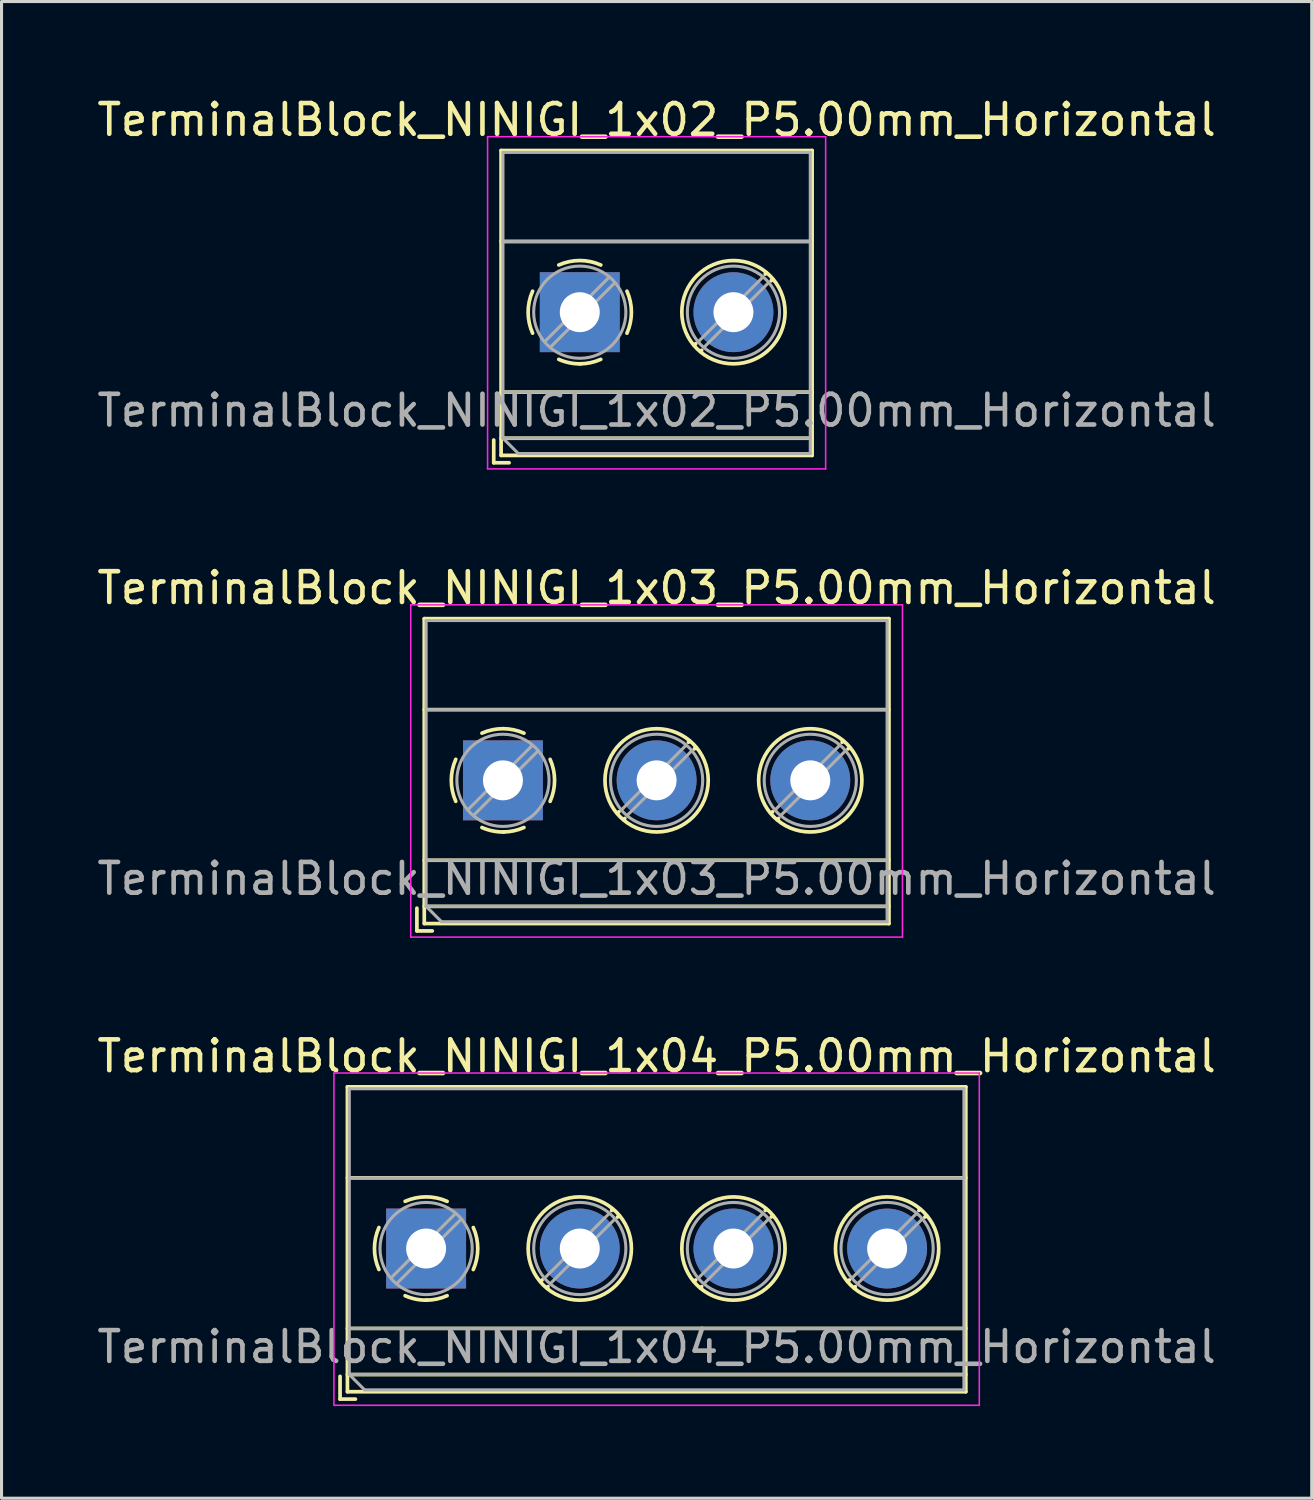
<source format=kicad_pcb>
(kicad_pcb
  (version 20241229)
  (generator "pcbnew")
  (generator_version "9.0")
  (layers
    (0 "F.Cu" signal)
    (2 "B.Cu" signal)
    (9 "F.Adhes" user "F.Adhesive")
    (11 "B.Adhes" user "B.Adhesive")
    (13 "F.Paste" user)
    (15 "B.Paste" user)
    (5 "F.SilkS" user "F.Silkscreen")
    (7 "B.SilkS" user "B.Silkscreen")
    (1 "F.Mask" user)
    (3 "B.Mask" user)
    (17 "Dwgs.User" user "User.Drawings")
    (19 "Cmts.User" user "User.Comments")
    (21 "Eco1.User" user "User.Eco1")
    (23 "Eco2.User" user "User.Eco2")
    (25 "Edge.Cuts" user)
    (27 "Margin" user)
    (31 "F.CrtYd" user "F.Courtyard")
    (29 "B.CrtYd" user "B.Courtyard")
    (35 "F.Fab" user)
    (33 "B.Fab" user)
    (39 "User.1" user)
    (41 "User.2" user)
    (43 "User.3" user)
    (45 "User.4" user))
  (footprint "TerminalBlock_NINIGI_1x03_P5.00mm_Horizontal"
    (layer "F.Cu")
    (at 13.315 22.341)
    (property "Reference" "TerminalBlock_NINIGI_1x03_P5.00mm_Horizontal" (at 5 -6.26 0) (layer "F.SilkS") (effects (font (size 1 1) (thickness 0.15))))
    (attr through_hole)
    (fp_line (start -2.8 4.16) (end -2.8 4.9) (stroke (width 0.12) (type solid)) (layer "F.SilkS"))
    (fp_line (start -2.8 4.9) (end -2.3 4.9) (stroke (width 0.12) (type solid)) (layer "F.SilkS"))
    (fp_line (start -2.56 -5.261) (end -2.56 4.66) (stroke (width 0.12) (type solid)) (layer "F.SilkS"))
    (fp_line (start -2.56 -5.261) (end 12.56 -5.261) (stroke (width 0.12) (type solid)) (layer "F.SilkS"))
    (fp_line (start -2.56 -2.301) (end 12.56 -2.301) (stroke (width 0.12) (type solid)) (layer "F.SilkS"))
    (fp_line (start -2.56 2.6) (end 12.56 2.6) (stroke (width 0.12) (type solid)) (layer "F.SilkS"))
    (fp_line (start -2.56 4.1) (end 12.56 4.1) (stroke (width 0.12) (type solid)) (layer "F.SilkS"))
    (fp_line (start -2.56 4.66) (end 12.56 4.66) (stroke (width 0.12) (type solid)) (layer "F.SilkS"))
    (fp_line (start 3.773 1.023) (end 3.726 1.069) (stroke (width 0.12) (type solid)) (layer "F.SilkS"))
    (fp_line (start 3.966 1.239) (end 3.931 1.274) (stroke (width 0.12) (type solid)) (layer "F.SilkS"))
    (fp_line (start 6.07 -1.275) (end 6.035 -1.239) (stroke (width 0.12) (type solid)) (layer "F.SilkS"))
    (fp_line (start 6.275 -1.069) (end 6.228 -1.023) (stroke (width 0.12) (type solid)) (layer "F.SilkS"))
    (fp_line (start 8.773 1.023) (end 8.726 1.069) (stroke (width 0.12) (type solid)) (layer "F.SilkS"))
    (fp_line (start 8.966 1.239) (end 8.931 1.274) (stroke (width 0.12) (type solid)) (layer "F.SilkS"))
    (fp_line (start 11.07 -1.275) (end 11.035 -1.239) (stroke (width 0.12) (type solid)) (layer "F.SilkS"))
    (fp_line (start 11.275 -1.069) (end 11.228 -1.023) (stroke (width 0.12) (type solid)) (layer "F.SilkS"))
    (fp_line (start 12.56 -5.261) (end 12.56 4.66) (stroke (width 0.12) (type solid)) (layer "F.SilkS"))
    (fp_arc (start -1.535427 0.683042) (mid -1.680501 -0.000524) (end -1.535 -0.684) (stroke (width 0.12) (type solid)) (layer "F.SilkS"))
    (fp_arc (start -0.683042 -1.535427) (mid 0.000524 -1.680501) (end 0.684 -1.535) (stroke (width 0.12) (type solid)) (layer "F.SilkS"))
    (fp_arc (start 0.028805 1.680253) (mid -0.335551 1.646659) (end -0.684 1.535) (stroke (width 0.12) (type solid)) (layer "F.SilkS"))
    (fp_arc (start 0.683318 1.534756) (mid 0.349292 1.643288) (end 0 1.68) (stroke (width 0.12) (type solid)) (layer "F.SilkS"))
    (fp_arc (start 1.535427 -0.683042) (mid 1.680501 0.000524) (end 1.535 0.684) (stroke (width 0.12) (type solid)) (layer "F.SilkS"))
    (fp_circle (center 5 0) (end 6.68 0) (stroke (width 0.12) (type solid)) (fill no) (layer "F.SilkS"))
    (fp_circle (center 10 0) (end 11.68 0) (stroke (width 0.12) (type solid)) (fill no) (layer "F.SilkS"))
    (fp_line (start -3 -5.71) (end -3 5.1) (stroke (width 0.05) (type solid)) (layer "F.CrtYd"))
    (fp_line (start -3 5.1) (end 13 5.1) (stroke (width 0.05) (type solid)) (layer "F.CrtYd"))
    (fp_line (start 13 -5.71) (end -3 -5.71) (stroke (width 0.05) (type solid)) (layer "F.CrtYd"))
    (fp_line (start 13 5.1) (end 13 -5.71) (stroke (width 0.05) (type solid)) (layer "F.CrtYd"))
    (fp_line (start -2.5 -5.2) (end 12.5 -5.2) (stroke (width 0.1) (type solid)) (layer "F.Fab"))
    (fp_line (start -2.5 -2.3) (end 12.5 -2.3) (stroke (width 0.1) (type solid)) (layer "F.Fab"))
    (fp_line (start -2.5 2.6) (end 12.5 2.6) (stroke (width 0.1) (type solid)) (layer "F.Fab"))
    (fp_line (start -2.5 4.1) (end -2.5 -5.2) (stroke (width 0.1) (type solid)) (layer "F.Fab"))
    (fp_line (start -2.5 4.1) (end 12.5 4.1) (stroke (width 0.1) (type solid)) (layer "F.Fab"))
    (fp_line (start -2 4.6) (end -2.5 4.1) (stroke (width 0.1) (type solid)) (layer "F.Fab"))
    (fp_line (start 0.955 -1.138) (end -1.138 0.955) (stroke (width 0.1) (type solid)) (layer "F.Fab"))
    (fp_line (start 1.138 -0.955) (end -0.955 1.138) (stroke (width 0.1) (type solid)) (layer "F.Fab"))
    (fp_line (start 5.955 -1.138) (end 3.863 0.955) (stroke (width 0.1) (type solid)) (layer "F.Fab"))
    (fp_line (start 6.138 -0.955) (end 4.046 1.138) (stroke (width 0.1) (type solid)) (layer "F.Fab"))
    (fp_line (start 10.955 -1.138) (end 8.863 0.955) (stroke (width 0.1) (type solid)) (layer "F.Fab"))
    (fp_line (start 11.138 -0.955) (end 9.046 1.138) (stroke (width 0.1) (type solid)) (layer "F.Fab"))
    (fp_line (start 12.5 -5.2) (end 12.5 4.6) (stroke (width 0.1) (type solid)) (layer "F.Fab"))
    (fp_line (start 12.5 4.6) (end -2 4.6) (stroke (width 0.1) (type solid)) (layer "F.Fab"))
    (fp_circle (center 0 0) (end 1.5 0) (stroke (width 0.1) (type solid)) (fill no) (layer "F.Fab"))
    (fp_circle (center 5 0) (end 6.5 0) (stroke (width 0.1) (type solid)) (fill no) (layer "F.Fab"))
    (fp_circle (center 10 0) (end 11.5 0) (stroke (width 0.1) (type solid)) (fill no) (layer "F.Fab"))
    (fp_text user "${REFERENCE}" (at 5 3.2 0) (layer "F.Fab") (effects (font (size 1 1) (thickness 0.15))))
    (pad "1" thru_hole rect (at 0 0) (size 2.6 2.6) (drill 1.3) (layers "*.Cu" "*.Mask"))
    (pad "2" thru_hole circle (at 5 0) (size 2.6 2.6) (drill 1.3) (layers "*.Cu" "*.Mask"))
    (pad "3" thru_hole circle (at 10 0) (size 2.6 2.6) (drill 1.3) (layers "*.Cu" "*.Mask")))
  (footprint "TerminalBlock_NINIGI_1x02_P5.00mm_Horizontal"
    (layer "F.Cu")
    (at 15.815 7.108)
    (property "Reference" "TerminalBlock_NINIGI_1x02_P5.00mm_Horizontal" (at 2.5 -6.26 0) (layer "F.SilkS") (effects (font (size 1 1) (thickness 0.15))))
    (attr through_hole)
    (fp_line (start -2.8 4.16) (end -2.8 4.9) (stroke (width 0.12) (type solid)) (layer "F.SilkS"))
    (fp_line (start -2.8 4.9) (end -2.3 4.9) (stroke (width 0.12) (type solid)) (layer "F.SilkS"))
    (fp_line (start -2.56 -5.261) (end -2.56 4.66) (stroke (width 0.12) (type solid)) (layer "F.SilkS"))
    (fp_line (start -2.56 -5.261) (end 7.56 -5.261) (stroke (width 0.12) (type solid)) (layer "F.SilkS"))
    (fp_line (start -2.56 -2.301) (end 7.56 -2.301) (stroke (width 0.12) (type solid)) (layer "F.SilkS"))
    (fp_line (start -2.56 2.6) (end 7.56 2.6) (stroke (width 0.12) (type solid)) (layer "F.SilkS"))
    (fp_line (start -2.56 4.1) (end 7.56 4.1) (stroke (width 0.12) (type solid)) (layer "F.SilkS"))
    (fp_line (start -2.56 4.66) (end 7.56 4.66) (stroke (width 0.12) (type solid)) (layer "F.SilkS"))
    (fp_line (start 3.773 1.023) (end 3.726 1.069) (stroke (width 0.12) (type solid)) (layer "F.SilkS"))
    (fp_line (start 3.966 1.239) (end 3.931 1.274) (stroke (width 0.12) (type solid)) (layer "F.SilkS"))
    (fp_line (start 6.07 -1.275) (end 6.035 -1.239) (stroke (width 0.12) (type solid)) (layer "F.SilkS"))
    (fp_line (start 6.275 -1.069) (end 6.228 -1.023) (stroke (width 0.12) (type solid)) (layer "F.SilkS"))
    (fp_line (start 7.56 -5.261) (end 7.56 4.66) (stroke (width 0.12) (type solid)) (layer "F.SilkS"))
    (fp_arc (start -1.535427 0.683042) (mid -1.680501 -0.000524) (end -1.535 -0.684) (stroke (width 0.12) (type solid)) (layer "F.SilkS"))
    (fp_arc (start -0.683042 -1.535427) (mid 0.000524 -1.680501) (end 0.684 -1.535) (stroke (width 0.12) (type solid)) (layer "F.SilkS"))
    (fp_arc (start 0.028805 1.680253) (mid -0.335551 1.646659) (end -0.684 1.535) (stroke (width 0.12) (type solid)) (layer "F.SilkS"))
    (fp_arc (start 0.683318 1.534756) (mid 0.349292 1.643288) (end 0 1.68) (stroke (width 0.12) (type solid)) (layer "F.SilkS"))
    (fp_arc (start 1.535427 -0.683042) (mid 1.680501 0.000524) (end 1.535 0.684) (stroke (width 0.12) (type solid)) (layer "F.SilkS"))
    (fp_circle (center 5 0) (end 6.68 0) (stroke (width 0.12) (type solid)) (fill no) (layer "F.SilkS"))
    (fp_line (start -3 -5.71) (end -3 5.1) (stroke (width 0.05) (type solid)) (layer "F.CrtYd"))
    (fp_line (start -3 5.1) (end 8 5.1) (stroke (width 0.05) (type solid)) (layer "F.CrtYd"))
    (fp_line (start 8 -5.71) (end -3 -5.71) (stroke (width 0.05) (type solid)) (layer "F.CrtYd"))
    (fp_line (start 8 5.1) (end 8 -5.71) (stroke (width 0.05) (type solid)) (layer "F.CrtYd"))
    (fp_line (start -2.5 -5.2) (end 7.5 -5.2) (stroke (width 0.1) (type solid)) (layer "F.Fab"))
    (fp_line (start -2.5 -2.3) (end 7.5 -2.3) (stroke (width 0.1) (type solid)) (layer "F.Fab"))
    (fp_line (start -2.5 2.6) (end 7.5 2.6) (stroke (width 0.1) (type solid)) (layer "F.Fab"))
    (fp_line (start -2.5 4.1) (end -2.5 -5.2) (stroke (width 0.1) (type solid)) (layer "F.Fab"))
    (fp_line (start -2.5 4.1) (end 7.5 4.1) (stroke (width 0.1) (type solid)) (layer "F.Fab"))
    (fp_line (start -2 4.6) (end -2.5 4.1) (stroke (width 0.1) (type solid)) (layer "F.Fab"))
    (fp_line (start 0.955 -1.138) (end -1.138 0.955) (stroke (width 0.1) (type solid)) (layer "F.Fab"))
    (fp_line (start 1.138 -0.955) (end -0.955 1.138) (stroke (width 0.1) (type solid)) (layer "F.Fab"))
    (fp_line (start 5.955 -1.138) (end 3.863 0.955) (stroke (width 0.1) (type solid)) (layer "F.Fab"))
    (fp_line (start 6.138 -0.955) (end 4.046 1.138) (stroke (width 0.1) (type solid)) (layer "F.Fab"))
    (fp_line (start 7.5 -5.2) (end 7.5 4.6) (stroke (width 0.1) (type solid)) (layer "F.Fab"))
    (fp_line (start 7.5 4.6) (end -2 4.6) (stroke (width 0.1) (type solid)) (layer "F.Fab"))
    (fp_circle (center 0 0) (end 1.5 0) (stroke (width 0.1) (type solid)) (fill no) (layer "F.Fab"))
    (fp_circle (center 5 0) (end 6.5 0) (stroke (width 0.1) (type solid)) (fill no) (layer "F.Fab"))
    (fp_text user "${REFERENCE}" (at 2.5 3.2 0) (layer "F.Fab") (effects (font (size 1 1) (thickness 0.15))))
    (pad "1" thru_hole rect (at 0 0) (size 2.6 2.6) (drill 1.3) (layers "*.Cu" "*.Mask"))
    (pad "2" thru_hole circle (at 5 0) (size 2.6 2.6) (drill 1.3) (layers "*.Cu" "*.Mask")))
  (footprint "TerminalBlock_NINIGI_1x04_P5.00mm_Horizontal"
    (layer "F.Cu")
    (at 10.815 37.575)
    (property "Reference" "TerminalBlock_NINIGI_1x04_P5.00mm_Horizontal" (at 7.5 -6.26 0) (layer "F.SilkS") (effects (font (size 1 1) (thickness 0.15))))
    (attr through_hole)
    (fp_line (start -2.8 4.16) (end -2.8 4.9) (stroke (width 0.12) (type solid)) (layer "F.SilkS"))
    (fp_line (start -2.8 4.9) (end -2.3 4.9) (stroke (width 0.12) (type solid)) (layer "F.SilkS"))
    (fp_line (start -2.56 -5.261) (end -2.56 4.66) (stroke (width 0.12) (type solid)) (layer "F.SilkS"))
    (fp_line (start -2.56 -5.261) (end 17.561 -5.261) (stroke (width 0.12) (type solid)) (layer "F.SilkS"))
    (fp_line (start -2.56 -2.301) (end 17.561 -2.301) (stroke (width 0.12) (type solid)) (layer "F.SilkS"))
    (fp_line (start -2.56 2.6) (end 17.561 2.6) (stroke (width 0.12) (type solid)) (layer "F.SilkS"))
    (fp_line (start -2.56 4.1) (end 17.561 4.1) (stroke (width 0.12) (type solid)) (layer "F.SilkS"))
    (fp_line (start -2.56 4.66) (end 17.561 4.66) (stroke (width 0.12) (type solid)) (layer "F.SilkS"))
    (fp_line (start 3.773 1.023) (end 3.726 1.069) (stroke (width 0.12) (type solid)) (layer "F.SilkS"))
    (fp_line (start 3.966 1.239) (end 3.931 1.274) (stroke (width 0.12) (type solid)) (layer "F.SilkS"))
    (fp_line (start 6.07 -1.275) (end 6.035 -1.239) (stroke (width 0.12) (type solid)) (layer "F.SilkS"))
    (fp_line (start 6.275 -1.069) (end 6.228 -1.023) (stroke (width 0.12) (type solid)) (layer "F.SilkS"))
    (fp_line (start 8.773 1.023) (end 8.726 1.069) (stroke (width 0.12) (type solid)) (layer "F.SilkS"))
    (fp_line (start 8.966 1.239) (end 8.931 1.274) (stroke (width 0.12) (type solid)) (layer "F.SilkS"))
    (fp_line (start 11.07 -1.275) (end 11.035 -1.239) (stroke (width 0.12) (type solid)) (layer "F.SilkS"))
    (fp_line (start 11.275 -1.069) (end 11.228 -1.023) (stroke (width 0.12) (type solid)) (layer "F.SilkS"))
    (fp_line (start 13.773 1.023) (end 13.726 1.069) (stroke (width 0.12) (type solid)) (layer "F.SilkS"))
    (fp_line (start 13.966 1.239) (end 13.931 1.274) (stroke (width 0.12) (type solid)) (layer "F.SilkS"))
    (fp_line (start 16.07 -1.275) (end 16.035 -1.239) (stroke (width 0.12) (type solid)) (layer "F.SilkS"))
    (fp_line (start 16.275 -1.069) (end 16.228 -1.023) (stroke (width 0.12) (type solid)) (layer "F.SilkS"))
    (fp_line (start 17.561 -5.261) (end 17.561 4.66) (stroke (width 0.12) (type solid)) (layer "F.SilkS"))
    (fp_arc (start -1.535427 0.683042) (mid -1.680501 -0.000524) (end -1.535 -0.684) (stroke (width 0.12) (type solid)) (layer "F.SilkS"))
    (fp_arc (start -0.683042 -1.535427) (mid 0.000524 -1.680501) (end 0.684 -1.535) (stroke (width 0.12) (type solid)) (layer "F.SilkS"))
    (fp_arc (start 0.028805 1.680253) (mid -0.335551 1.646659) (end -0.684 1.535) (stroke (width 0.12) (type solid)) (layer "F.SilkS"))
    (fp_arc (start 0.683318 1.534756) (mid 0.349292 1.643288) (end 0 1.68) (stroke (width 0.12) (type solid)) (layer "F.SilkS"))
    (fp_arc (start 1.535427 -0.683042) (mid 1.680501 0.000524) (end 1.535 0.684) (stroke (width 0.12) (type solid)) (layer "F.SilkS"))
    (fp_circle (center 5 0) (end 6.68 0) (stroke (width 0.12) (type solid)) (fill no) (layer "F.SilkS"))
    (fp_circle (center 10 0) (end 11.68 0) (stroke (width 0.12) (type solid)) (fill no) (layer "F.SilkS"))
    (fp_circle (center 15 0) (end 16.68 0) (stroke (width 0.12) (type solid)) (fill no) (layer "F.SilkS"))
    (fp_line (start -3 -5.71) (end -3 5.1) (stroke (width 0.05) (type solid)) (layer "F.CrtYd"))
    (fp_line (start -3 5.1) (end 18 5.1) (stroke (width 0.05) (type solid)) (layer "F.CrtYd"))
    (fp_line (start 18 -5.71) (end -3 -5.71) (stroke (width 0.05) (type solid)) (layer "F.CrtYd"))
    (fp_line (start 18 5.1) (end 18 -5.71) (stroke (width 0.05) (type solid)) (layer "F.CrtYd"))
    (fp_line (start -2.5 -5.2) (end 17.5 -5.2) (stroke (width 0.1) (type solid)) (layer "F.Fab"))
    (fp_line (start -2.5 -2.3) (end 17.5 -2.3) (stroke (width 0.1) (type solid)) (layer "F.Fab"))
    (fp_line (start -2.5 2.6) (end 17.5 2.6) (stroke (width 0.1) (type solid)) (layer "F.Fab"))
    (fp_line (start -2.5 4.1) (end -2.5 -5.2) (stroke (width 0.1) (type solid)) (layer "F.Fab"))
    (fp_line (start -2.5 4.1) (end 17.5 4.1) (stroke (width 0.1) (type solid)) (layer "F.Fab"))
    (fp_line (start -2 4.6) (end -2.5 4.1) (stroke (width 0.1) (type solid)) (layer "F.Fab"))
    (fp_line (start 0.955 -1.138) (end -1.138 0.955) (stroke (width 0.1) (type solid)) (layer "F.Fab"))
    (fp_line (start 1.138 -0.955) (end -0.955 1.138) (stroke (width 0.1) (type solid)) (layer "F.Fab"))
    (fp_line (start 5.955 -1.138) (end 3.863 0.955) (stroke (width 0.1) (type solid)) (layer "F.Fab"))
    (fp_line (start 6.138 -0.955) (end 4.046 1.138) (stroke (width 0.1) (type solid)) (layer "F.Fab"))
    (fp_line (start 10.955 -1.138) (end 8.863 0.955) (stroke (width 0.1) (type solid)) (layer "F.Fab"))
    (fp_line (start 11.138 -0.955) (end 9.046 1.138) (stroke (width 0.1) (type solid)) (layer "F.Fab"))
    (fp_line (start 15.955 -1.138) (end 13.863 0.955) (stroke (width 0.1) (type solid)) (layer "F.Fab"))
    (fp_line (start 16.138 -0.955) (end 14.046 1.138) (stroke (width 0.1) (type solid)) (layer "F.Fab"))
    (fp_line (start 17.5 -5.2) (end 17.5 4.6) (stroke (width 0.1) (type solid)) (layer "F.Fab"))
    (fp_line (start 17.5 4.6) (end -2 4.6) (stroke (width 0.1) (type solid)) (layer "F.Fab"))
    (fp_circle (center 0 0) (end 1.5 0) (stroke (width 0.1) (type solid)) (fill no) (layer "F.Fab"))
    (fp_circle (center 5 0) (end 6.5 0) (stroke (width 0.1) (type solid)) (fill no) (layer "F.Fab"))
    (fp_circle (center 10 0) (end 11.5 0) (stroke (width 0.1) (type solid)) (fill no) (layer "F.Fab"))
    (fp_circle (center 15 0) (end 16.5 0) (stroke (width 0.1) (type solid)) (fill no) (layer "F.Fab"))
    (fp_text user "${REFERENCE}" (at 7.5 3.2 0) (layer "F.Fab") (effects (font (size 1 1) (thickness 0.15))))
    (pad "1" thru_hole rect (at 0 0) (size 2.6 2.6) (drill 1.3) (layers "*.Cu" "*.Mask"))
    (pad "2" thru_hole circle (at 5 0) (size 2.6 2.6) (drill 1.3) (layers "*.Cu" "*.Mask"))
    (pad "3" thru_hole circle (at 10 0) (size 2.6 2.6) (drill 1.3) (layers "*.Cu" "*.Mask"))
    (pad "4" thru_hole circle (at 15 0) (size 2.6 2.6) (drill 1.3) (layers "*.Cu" "*.Mask")))
  (gr_rect
    (start -3 -3)
    (end 39.631 45.7)
    (stroke (width 0.1) (type default))
    (fill no)
    (layer "Edge.Cuts")))
</source>
